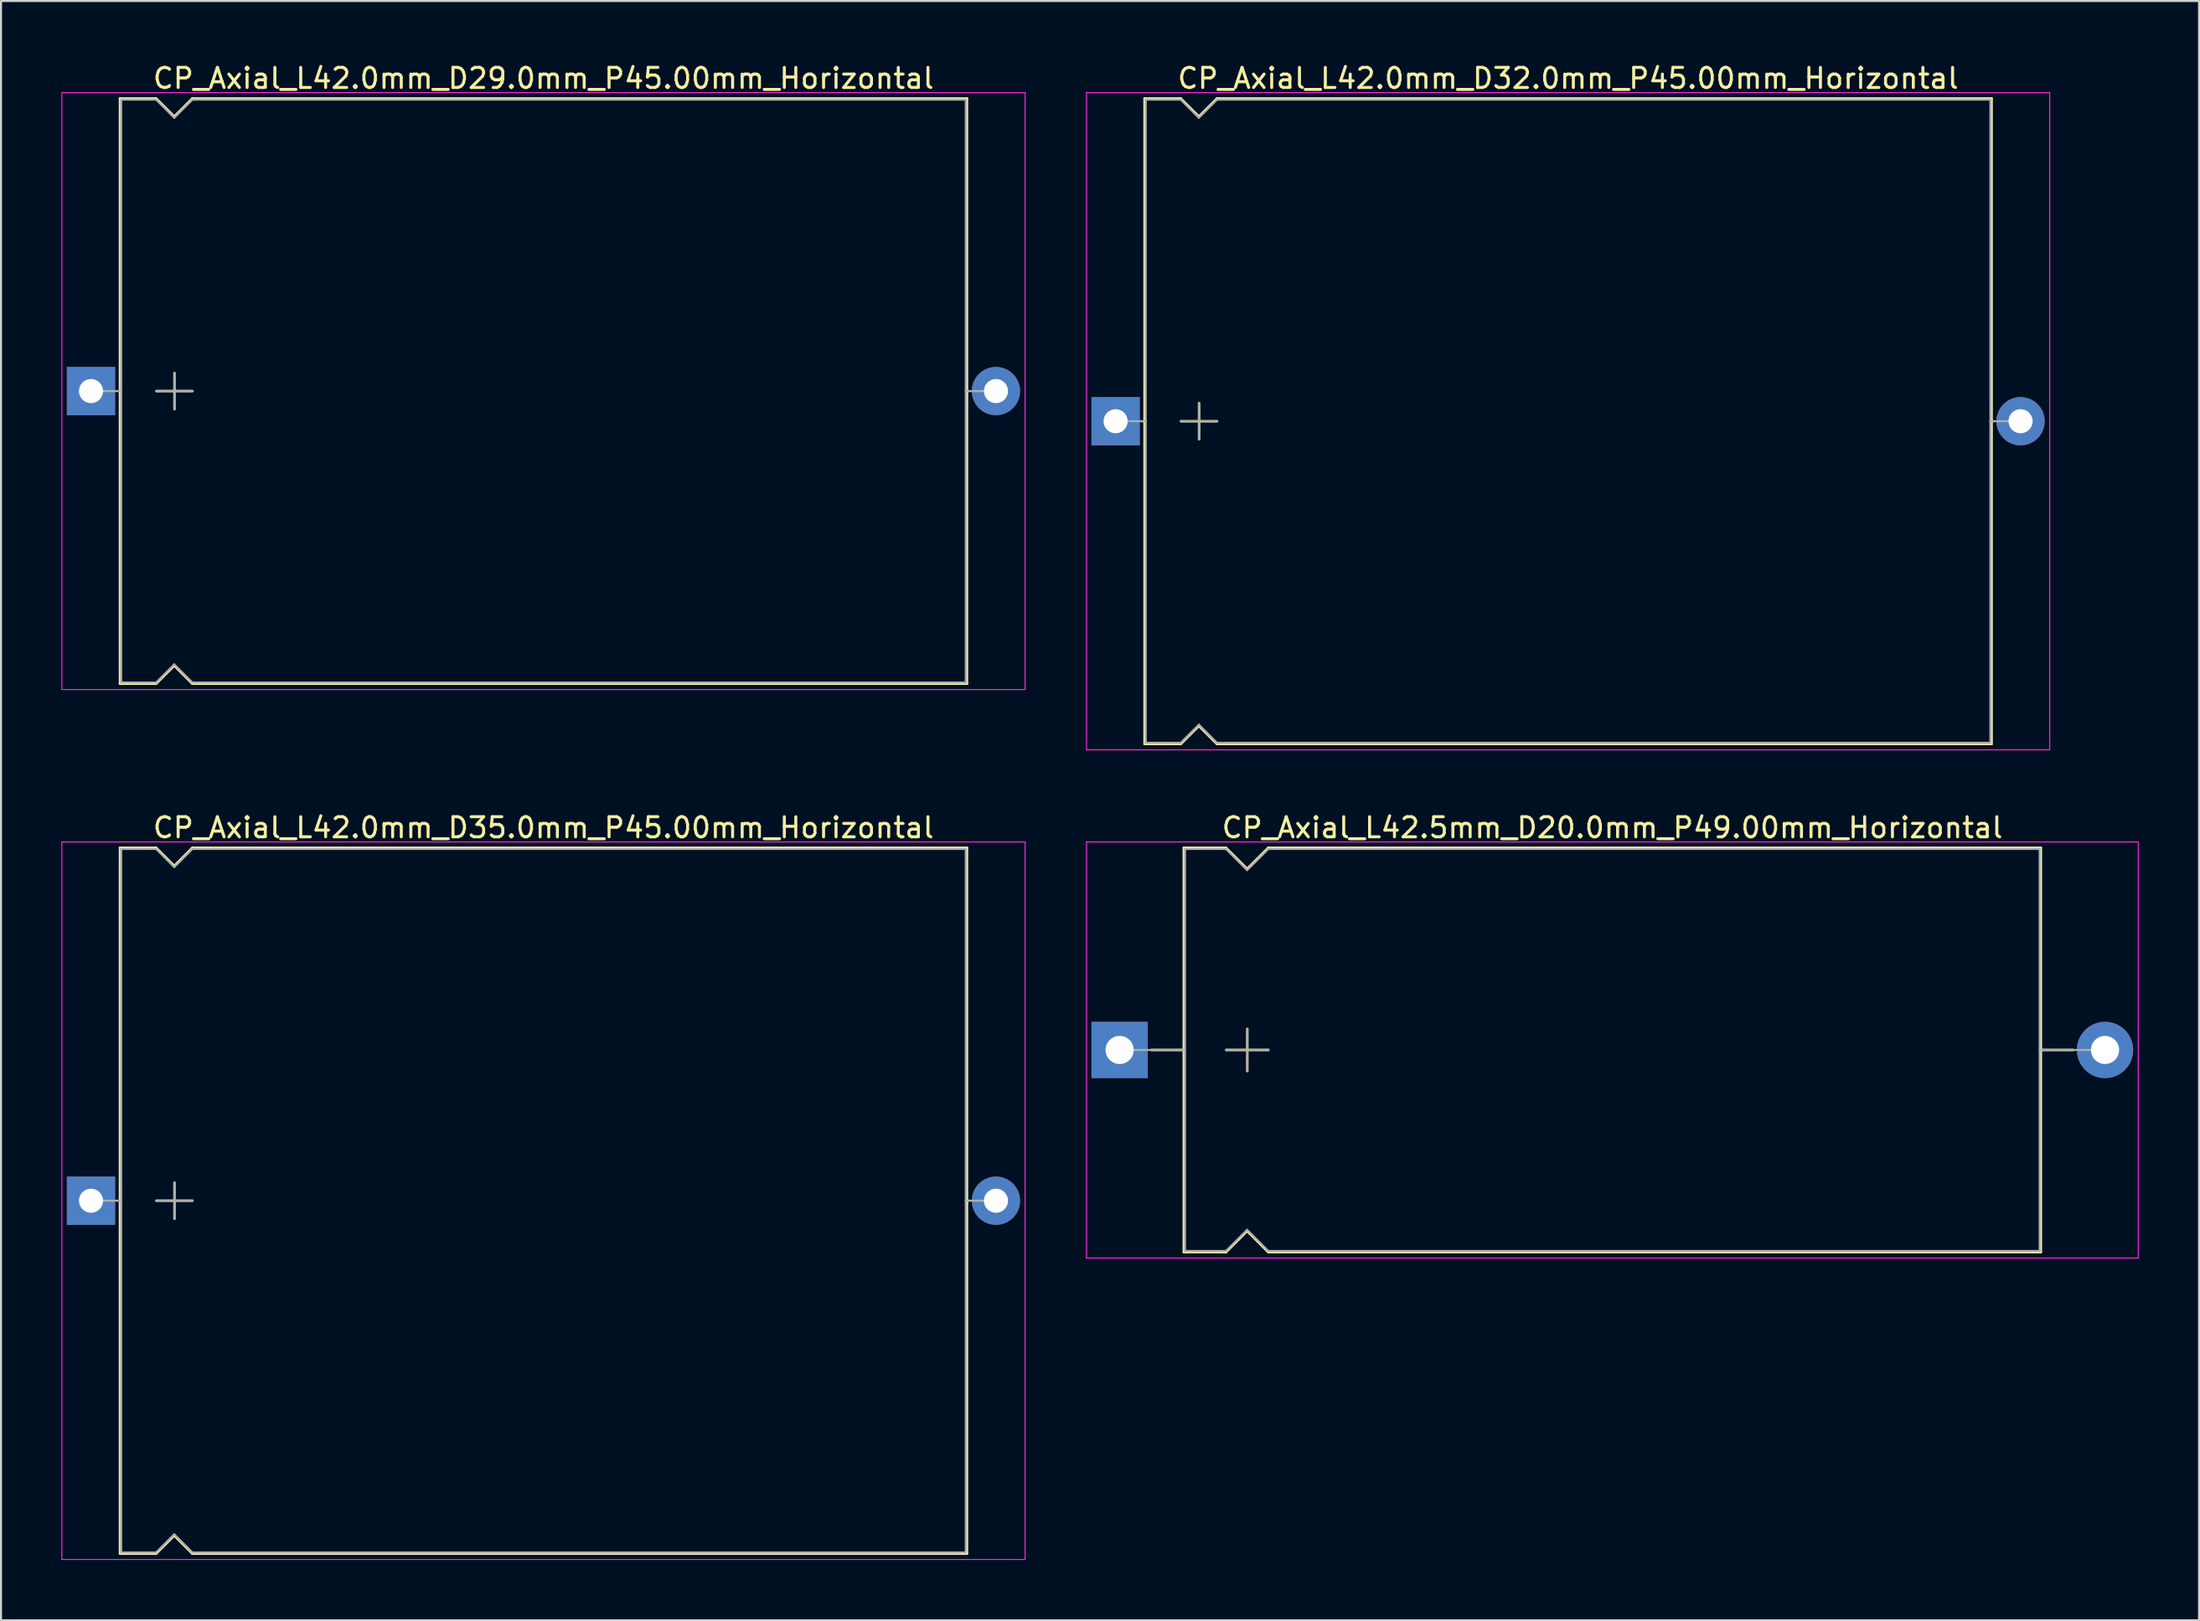
<source format=kicad_pcb>
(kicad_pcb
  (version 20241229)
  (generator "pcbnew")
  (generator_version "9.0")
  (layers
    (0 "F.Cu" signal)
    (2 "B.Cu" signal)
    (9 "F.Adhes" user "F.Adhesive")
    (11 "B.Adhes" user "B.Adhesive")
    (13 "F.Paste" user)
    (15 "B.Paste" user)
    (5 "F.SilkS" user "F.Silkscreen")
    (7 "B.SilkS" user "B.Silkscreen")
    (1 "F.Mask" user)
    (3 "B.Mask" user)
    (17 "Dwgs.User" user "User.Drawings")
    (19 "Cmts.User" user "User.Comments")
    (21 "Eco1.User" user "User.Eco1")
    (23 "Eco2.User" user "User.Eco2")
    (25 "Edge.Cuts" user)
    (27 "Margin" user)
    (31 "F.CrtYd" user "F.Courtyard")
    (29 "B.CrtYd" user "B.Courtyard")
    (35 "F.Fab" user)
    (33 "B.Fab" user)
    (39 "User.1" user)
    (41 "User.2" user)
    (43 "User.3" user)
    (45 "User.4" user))
  (footprint "CP_Axial_L42.0mm_D32.0mm_P45.00mm_Horizontal"
    (layer "F.Cu")
    (at 52.425 17.908)
    (property "Reference" "CP_Axial_L42.0mm_D32.0mm_P45.00mm_Horizontal" (at 22.5 -17.06 0) (layer "F.SilkS") (effects (font (size 1 1) (thickness 0.15))))
    (attr through_hole)
    (fp_line (start 1.38 0) (end 1.44 0) (stroke (width 0.12) (type solid)) (layer "F.SilkS"))
    (fp_line (start 1.44 -16.06) (end 1.44 16.06) (stroke (width 0.12) (type solid)) (layer "F.SilkS"))
    (fp_line (start 1.44 -16.06) (end 3.24 -16.06) (stroke (width 0.12) (type solid)) (layer "F.SilkS"))
    (fp_line (start 1.44 16.06) (end 3.24 16.06) (stroke (width 0.12) (type solid)) (layer "F.SilkS"))
    (fp_line (start 3.24 -16.06) (end 4.14 -15.16) (stroke (width 0.12) (type solid)) (layer "F.SilkS"))
    (fp_line (start 3.24 16.06) (end 4.14 15.16) (stroke (width 0.12) (type solid)) (layer "F.SilkS"))
    (fp_line (start 3.25 0) (end 5.05 0) (stroke (width 0.12) (type solid)) (layer "F.SilkS"))
    (fp_line (start 4.14 -15.16) (end 5.04 -16.06) (stroke (width 0.12) (type solid)) (layer "F.SilkS"))
    (fp_line (start 4.14 15.16) (end 5.04 16.06) (stroke (width 0.12) (type solid)) (layer "F.SilkS"))
    (fp_line (start 4.15 -0.9) (end 4.15 0.9) (stroke (width 0.12) (type solid)) (layer "F.SilkS"))
    (fp_line (start 5.04 -16.06) (end 43.56 -16.06) (stroke (width 0.12) (type solid)) (layer "F.SilkS"))
    (fp_line (start 5.04 16.06) (end 43.56 16.06) (stroke (width 0.12) (type solid)) (layer "F.SilkS"))
    (fp_line (start 43.56 -16.06) (end 43.56 16.06) (stroke (width 0.12) (type solid)) (layer "F.SilkS"))
    (fp_line (start 43.62 0) (end 43.56 0) (stroke (width 0.12) (type solid)) (layer "F.SilkS"))
    (fp_line (start -1.45 -16.35) (end -1.45 16.35) (stroke (width 0.05) (type solid)) (layer "F.CrtYd"))
    (fp_line (start -1.45 16.35) (end 46.45 16.35) (stroke (width 0.05) (type solid)) (layer "F.CrtYd"))
    (fp_line (start 46.45 -16.35) (end -1.45 -16.35) (stroke (width 0.05) (type solid)) (layer "F.CrtYd"))
    (fp_line (start 46.45 16.35) (end 46.45 -16.35) (stroke (width 0.05) (type solid)) (layer "F.CrtYd"))
    (fp_line (start 0 0) (end 1.5 0) (stroke (width 0.1) (type solid)) (layer "F.Fab"))
    (fp_line (start 1.5 -16) (end 1.5 16) (stroke (width 0.1) (type solid)) (layer "F.Fab"))
    (fp_line (start 1.5 -16) (end 3.24 -16) (stroke (width 0.1) (type solid)) (layer "F.Fab"))
    (fp_line (start 1.5 16) (end 3.24 16) (stroke (width 0.1) (type solid)) (layer "F.Fab"))
    (fp_line (start 3.24 -16) (end 4.14 -15.1) (stroke (width 0.1) (type solid)) (layer "F.Fab"))
    (fp_line (start 3.24 16) (end 4.14 15.1) (stroke (width 0.1) (type solid)) (layer "F.Fab"))
    (fp_line (start 3.25 0) (end 5.05 0) (stroke (width 0.1) (type solid)) (layer "F.Fab"))
    (fp_line (start 4.14 -15.1) (end 5.04 -16) (stroke (width 0.1) (type solid)) (layer "F.Fab"))
    (fp_line (start 4.14 15.1) (end 5.04 16) (stroke (width 0.1) (type solid)) (layer "F.Fab"))
    (fp_line (start 4.15 -0.9) (end 4.15 0.9) (stroke (width 0.1) (type solid)) (layer "F.Fab"))
    (fp_line (start 5.04 -16) (end 43.5 -16) (stroke (width 0.1) (type solid)) (layer "F.Fab"))
    (fp_line (start 5.04 16) (end 43.5 16) (stroke (width 0.1) (type solid)) (layer "F.Fab"))
    (fp_line (start 43.5 -16) (end 43.5 16) (stroke (width 0.1) (type solid)) (layer "F.Fab"))
    (fp_line (start 45 0) (end 43.5 0) (stroke (width 0.1) (type solid)) (layer "F.Fab"))
    (pad "1" thru_hole rect (at 0 0) (size 2.4 2.4) (drill 1.2) (layers "*.Cu" "*.Mask"))
    (pad "2" thru_hole oval (at 45 0) (size 2.4 2.4) (drill 1.2) (layers "*.Cu" "*.Mask")))
  (footprint "CP_Axial_L42.5mm_D20.0mm_P49.00mm_Horizontal"
    (layer "F.Cu")
    (at 52.625 49.191)
    (property "Reference" "CP_Axial_L42.5mm_D20.0mm_P49.00mm_Horizontal" (at 24.5 -11.06 0) (layer "F.SilkS") (effects (font (size 1 1) (thickness 0.15))))
    (attr through_hole)
    (fp_line (start 1.58 0) (end 3.19 0) (stroke (width 0.12) (type solid)) (layer "F.SilkS"))
    (fp_line (start 3.19 -10.06) (end 3.19 10.06) (stroke (width 0.12) (type solid)) (layer "F.SilkS"))
    (fp_line (start 3.19 -10.06) (end 5.29 -10.06) (stroke (width 0.12) (type solid)) (layer "F.SilkS"))
    (fp_line (start 3.19 10.06) (end 5.29 10.06) (stroke (width 0.12) (type solid)) (layer "F.SilkS"))
    (fp_line (start 5.29 -10.06) (end 6.34 -9.01) (stroke (width 0.12) (type solid)) (layer "F.SilkS"))
    (fp_line (start 5.29 10.06) (end 6.34 9.01) (stroke (width 0.12) (type solid)) (layer "F.SilkS"))
    (fp_line (start 5.3 0) (end 7.4 0) (stroke (width 0.12) (type solid)) (layer "F.SilkS"))
    (fp_line (start 6.34 -9.01) (end 7.39 -10.06) (stroke (width 0.12) (type solid)) (layer "F.SilkS"))
    (fp_line (start 6.34 9.01) (end 7.39 10.06) (stroke (width 0.12) (type solid)) (layer "F.SilkS"))
    (fp_line (start 6.35 -1.05) (end 6.35 1.05) (stroke (width 0.12) (type solid)) (layer "F.SilkS"))
    (fp_line (start 7.39 -10.06) (end 45.81 -10.06) (stroke (width 0.12) (type solid)) (layer "F.SilkS"))
    (fp_line (start 7.39 10.06) (end 45.81 10.06) (stroke (width 0.12) (type solid)) (layer "F.SilkS"))
    (fp_line (start 45.81 -10.06) (end 45.81 10.06) (stroke (width 0.12) (type solid)) (layer "F.SilkS"))
    (fp_line (start 47.42 0) (end 45.81 0) (stroke (width 0.12) (type solid)) (layer "F.SilkS"))
    (fp_line (start -1.65 -10.35) (end -1.65 10.35) (stroke (width 0.05) (type solid)) (layer "F.CrtYd"))
    (fp_line (start -1.65 10.35) (end 50.65 10.35) (stroke (width 0.05) (type solid)) (layer "F.CrtYd"))
    (fp_line (start 50.65 -10.35) (end -1.65 -10.35) (stroke (width 0.05) (type solid)) (layer "F.CrtYd"))
    (fp_line (start 50.65 10.35) (end 50.65 -10.35) (stroke (width 0.05) (type solid)) (layer "F.CrtYd"))
    (fp_line (start 0 0) (end 3.25 0) (stroke (width 0.1) (type solid)) (layer "F.Fab"))
    (fp_line (start 3.25 -10) (end 3.25 10) (stroke (width 0.1) (type solid)) (layer "F.Fab"))
    (fp_line (start 3.25 -10) (end 5.29 -10) (stroke (width 0.1) (type solid)) (layer "F.Fab"))
    (fp_line (start 3.25 10) (end 5.29 10) (stroke (width 0.1) (type solid)) (layer "F.Fab"))
    (fp_line (start 5.29 -10) (end 6.34 -8.95) (stroke (width 0.1) (type solid)) (layer "F.Fab"))
    (fp_line (start 5.29 10) (end 6.34 8.95) (stroke (width 0.1) (type solid)) (layer "F.Fab"))
    (fp_line (start 5.3 0) (end 7.4 0) (stroke (width 0.1) (type solid)) (layer "F.Fab"))
    (fp_line (start 6.34 -8.95) (end 7.39 -10) (stroke (width 0.1) (type solid)) (layer "F.Fab"))
    (fp_line (start 6.34 8.95) (end 7.39 10) (stroke (width 0.1) (type solid)) (layer "F.Fab"))
    (fp_line (start 6.35 -1.05) (end 6.35 1.05) (stroke (width 0.1) (type solid)) (layer "F.Fab"))
    (fp_line (start 7.39 -10) (end 45.75 -10) (stroke (width 0.1) (type solid)) (layer "F.Fab"))
    (fp_line (start 7.39 10) (end 45.75 10) (stroke (width 0.1) (type solid)) (layer "F.Fab"))
    (fp_line (start 45.75 -10) (end 45.75 10) (stroke (width 0.1) (type solid)) (layer "F.Fab"))
    (fp_line (start 49 0) (end 45.75 0) (stroke (width 0.1) (type solid)) (layer "F.Fab"))
    (pad "1" thru_hole rect (at 0 0) (size 2.8 2.8) (drill 1.4) (layers "*.Cu" "*.Mask"))
    (pad "2" thru_hole oval (at 49 0) (size 2.8 2.8) (drill 1.4) (layers "*.Cu" "*.Mask")))
  (footprint "CP_Axial_L42.0mm_D35.0mm_P45.00mm_Horizontal"
    (layer "F.Cu")
    (at 1.475 56.691)
    (property "Reference" "CP_Axial_L42.0mm_D35.0mm_P45.00mm_Horizontal" (at 22.5 -18.56 0) (layer "F.SilkS") (effects (font (size 1 1) (thickness 0.15))))
    (attr through_hole)
    (fp_line (start 1.38 0) (end 1.44 0) (stroke (width 0.12) (type solid)) (layer "F.SilkS"))
    (fp_line (start 1.44 -17.56) (end 1.44 17.56) (stroke (width 0.12) (type solid)) (layer "F.SilkS"))
    (fp_line (start 1.44 -17.56) (end 3.24 -17.56) (stroke (width 0.12) (type solid)) (layer "F.SilkS"))
    (fp_line (start 1.44 17.56) (end 3.24 17.56) (stroke (width 0.12) (type solid)) (layer "F.SilkS"))
    (fp_line (start 3.24 -17.56) (end 4.14 -16.66) (stroke (width 0.12) (type solid)) (layer "F.SilkS"))
    (fp_line (start 3.24 17.56) (end 4.14 16.66) (stroke (width 0.12) (type solid)) (layer "F.SilkS"))
    (fp_line (start 3.25 0) (end 5.05 0) (stroke (width 0.12) (type solid)) (layer "F.SilkS"))
    (fp_line (start 4.14 -16.66) (end 5.04 -17.56) (stroke (width 0.12) (type solid)) (layer "F.SilkS"))
    (fp_line (start 4.14 16.66) (end 5.04 17.56) (stroke (width 0.12) (type solid)) (layer "F.SilkS"))
    (fp_line (start 4.15 -0.9) (end 4.15 0.9) (stroke (width 0.12) (type solid)) (layer "F.SilkS"))
    (fp_line (start 5.04 -17.56) (end 43.56 -17.56) (stroke (width 0.12) (type solid)) (layer "F.SilkS"))
    (fp_line (start 5.04 17.56) (end 43.56 17.56) (stroke (width 0.12) (type solid)) (layer "F.SilkS"))
    (fp_line (start 43.56 -17.56) (end 43.56 17.56) (stroke (width 0.12) (type solid)) (layer "F.SilkS"))
    (fp_line (start 43.62 0) (end 43.56 0) (stroke (width 0.12) (type solid)) (layer "F.SilkS"))
    (fp_line (start -1.45 -17.85) (end -1.45 17.85) (stroke (width 0.05) (type solid)) (layer "F.CrtYd"))
    (fp_line (start -1.45 17.85) (end 46.45 17.85) (stroke (width 0.05) (type solid)) (layer "F.CrtYd"))
    (fp_line (start 46.45 -17.85) (end -1.45 -17.85) (stroke (width 0.05) (type solid)) (layer "F.CrtYd"))
    (fp_line (start 46.45 17.85) (end 46.45 -17.85) (stroke (width 0.05) (type solid)) (layer "F.CrtYd"))
    (fp_line (start 0 0) (end 1.5 0) (stroke (width 0.1) (type solid)) (layer "F.Fab"))
    (fp_line (start 1.5 -17.5) (end 1.5 17.5) (stroke (width 0.1) (type solid)) (layer "F.Fab"))
    (fp_line (start 1.5 -17.5) (end 3.24 -17.5) (stroke (width 0.1) (type solid)) (layer "F.Fab"))
    (fp_line (start 1.5 17.5) (end 3.24 17.5) (stroke (width 0.1) (type solid)) (layer "F.Fab"))
    (fp_line (start 3.24 -17.5) (end 4.14 -16.6) (stroke (width 0.1) (type solid)) (layer "F.Fab"))
    (fp_line (start 3.24 17.5) (end 4.14 16.6) (stroke (width 0.1) (type solid)) (layer "F.Fab"))
    (fp_line (start 3.25 0) (end 5.05 0) (stroke (width 0.1) (type solid)) (layer "F.Fab"))
    (fp_line (start 4.14 -16.6) (end 5.04 -17.5) (stroke (width 0.1) (type solid)) (layer "F.Fab"))
    (fp_line (start 4.14 16.6) (end 5.04 17.5) (stroke (width 0.1) (type solid)) (layer "F.Fab"))
    (fp_line (start 4.15 -0.9) (end 4.15 0.9) (stroke (width 0.1) (type solid)) (layer "F.Fab"))
    (fp_line (start 5.04 -17.5) (end 43.5 -17.5) (stroke (width 0.1) (type solid)) (layer "F.Fab"))
    (fp_line (start 5.04 17.5) (end 43.5 17.5) (stroke (width 0.1) (type solid)) (layer "F.Fab"))
    (fp_line (start 43.5 -17.5) (end 43.5 17.5) (stroke (width 0.1) (type solid)) (layer "F.Fab"))
    (fp_line (start 45 0) (end 43.5 0) (stroke (width 0.1) (type solid)) (layer "F.Fab"))
    (pad "1" thru_hole rect (at 0 0) (size 2.4 2.4) (drill 1.2) (layers "*.Cu" "*.Mask"))
    (pad "2" thru_hole oval (at 45 0) (size 2.4 2.4) (drill 1.2) (layers "*.Cu" "*.Mask")))
  (footprint "CP_Axial_L42.0mm_D29.0mm_P45.00mm_Horizontal"
    (layer "F.Cu")
    (at 1.475 16.408)
    (property "Reference" "CP_Axial_L42.0mm_D29.0mm_P45.00mm_Horizontal" (at 22.5 -15.56 0) (layer "F.SilkS") (effects (font (size 1 1) (thickness 0.15))))
    (attr through_hole)
    (fp_line (start 1.38 0) (end 1.44 0) (stroke (width 0.12) (type solid)) (layer "F.SilkS"))
    (fp_line (start 1.44 -14.56) (end 1.44 14.56) (stroke (width 0.12) (type solid)) (layer "F.SilkS"))
    (fp_line (start 1.44 -14.56) (end 3.24 -14.56) (stroke (width 0.12) (type solid)) (layer "F.SilkS"))
    (fp_line (start 1.44 14.56) (end 3.24 14.56) (stroke (width 0.12) (type solid)) (layer "F.SilkS"))
    (fp_line (start 3.24 -14.56) (end 4.14 -13.66) (stroke (width 0.12) (type solid)) (layer "F.SilkS"))
    (fp_line (start 3.24 14.56) (end 4.14 13.66) (stroke (width 0.12) (type solid)) (layer "F.SilkS"))
    (fp_line (start 3.25 0) (end 5.05 0) (stroke (width 0.12) (type solid)) (layer "F.SilkS"))
    (fp_line (start 4.14 -13.66) (end 5.04 -14.56) (stroke (width 0.12) (type solid)) (layer "F.SilkS"))
    (fp_line (start 4.14 13.66) (end 5.04 14.56) (stroke (width 0.12) (type solid)) (layer "F.SilkS"))
    (fp_line (start 4.15 -0.9) (end 4.15 0.9) (stroke (width 0.12) (type solid)) (layer "F.SilkS"))
    (fp_line (start 5.04 -14.56) (end 43.56 -14.56) (stroke (width 0.12) (type solid)) (layer "F.SilkS"))
    (fp_line (start 5.04 14.56) (end 43.56 14.56) (stroke (width 0.12) (type solid)) (layer "F.SilkS"))
    (fp_line (start 43.56 -14.56) (end 43.56 14.56) (stroke (width 0.12) (type solid)) (layer "F.SilkS"))
    (fp_line (start 43.62 0) (end 43.56 0) (stroke (width 0.12) (type solid)) (layer "F.SilkS"))
    (fp_line (start -1.45 -14.85) (end -1.45 14.85) (stroke (width 0.05) (type solid)) (layer "F.CrtYd"))
    (fp_line (start -1.45 14.85) (end 46.45 14.85) (stroke (width 0.05) (type solid)) (layer "F.CrtYd"))
    (fp_line (start 46.45 -14.85) (end -1.45 -14.85) (stroke (width 0.05) (type solid)) (layer "F.CrtYd"))
    (fp_line (start 46.45 14.85) (end 46.45 -14.85) (stroke (width 0.05) (type solid)) (layer "F.CrtYd"))
    (fp_line (start 0 0) (end 1.5 0) (stroke (width 0.1) (type solid)) (layer "F.Fab"))
    (fp_line (start 1.5 -14.5) (end 1.5 14.5) (stroke (width 0.1) (type solid)) (layer "F.Fab"))
    (fp_line (start 1.5 -14.5) (end 3.24 -14.5) (stroke (width 0.1) (type solid)) (layer "F.Fab"))
    (fp_line (start 1.5 14.5) (end 3.24 14.5) (stroke (width 0.1) (type solid)) (layer "F.Fab"))
    (fp_line (start 3.24 -14.5) (end 4.14 -13.6) (stroke (width 0.1) (type solid)) (layer "F.Fab"))
    (fp_line (start 3.24 14.5) (end 4.14 13.6) (stroke (width 0.1) (type solid)) (layer "F.Fab"))
    (fp_line (start 3.25 0) (end 5.05 0) (stroke (width 0.1) (type solid)) (layer "F.Fab"))
    (fp_line (start 4.14 -13.6) (end 5.04 -14.5) (stroke (width 0.1) (type solid)) (layer "F.Fab"))
    (fp_line (start 4.14 13.6) (end 5.04 14.5) (stroke (width 0.1) (type solid)) (layer "F.Fab"))
    (fp_line (start 4.15 -0.9) (end 4.15 0.9) (stroke (width 0.1) (type solid)) (layer "F.Fab"))
    (fp_line (start 5.04 -14.5) (end 43.5 -14.5) (stroke (width 0.1) (type solid)) (layer "F.Fab"))
    (fp_line (start 5.04 14.5) (end 43.5 14.5) (stroke (width 0.1) (type solid)) (layer "F.Fab"))
    (fp_line (start 43.5 -14.5) (end 43.5 14.5) (stroke (width 0.1) (type solid)) (layer "F.Fab"))
    (fp_line (start 45 0) (end 43.5 0) (stroke (width 0.1) (type solid)) (layer "F.Fab"))
    (pad "1" thru_hole rect (at 0 0) (size 2.4 2.4) (drill 1.2) (layers "*.Cu" "*.Mask"))
    (pad "2" thru_hole oval (at 45 0) (size 2.4 2.4) (drill 1.2) (layers "*.Cu" "*.Mask")))
  (gr_rect
    (start -3 -3)
    (end 106.3 77.567)
    (stroke (width 0.1) (type default))
    (fill no)
    (layer "Edge.Cuts")))
</source>
